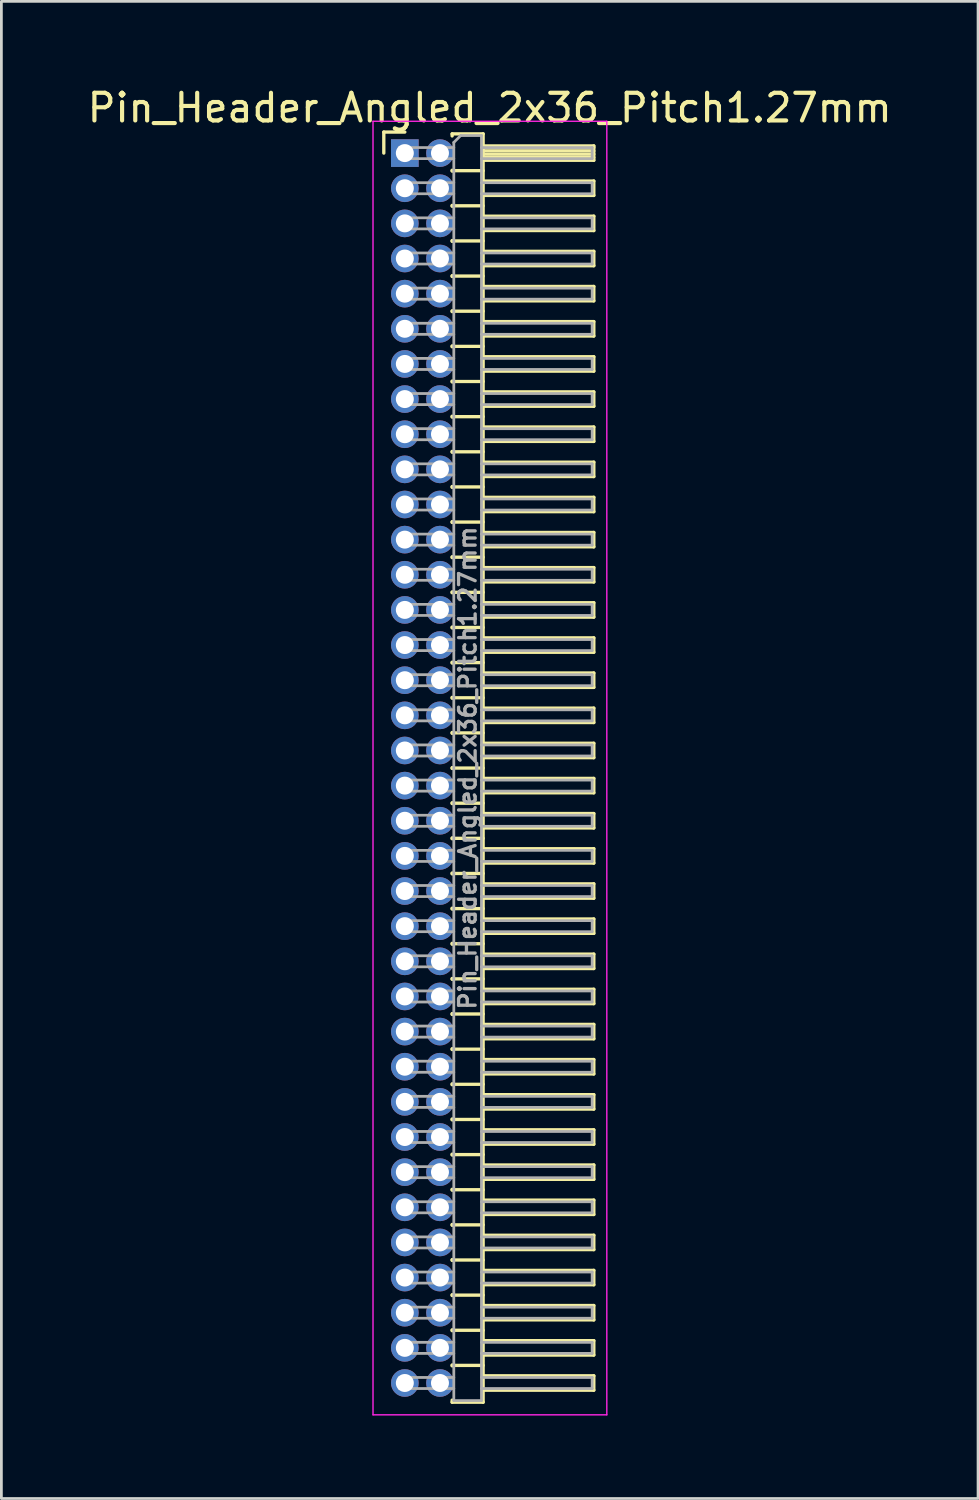
<source format=kicad_pcb>
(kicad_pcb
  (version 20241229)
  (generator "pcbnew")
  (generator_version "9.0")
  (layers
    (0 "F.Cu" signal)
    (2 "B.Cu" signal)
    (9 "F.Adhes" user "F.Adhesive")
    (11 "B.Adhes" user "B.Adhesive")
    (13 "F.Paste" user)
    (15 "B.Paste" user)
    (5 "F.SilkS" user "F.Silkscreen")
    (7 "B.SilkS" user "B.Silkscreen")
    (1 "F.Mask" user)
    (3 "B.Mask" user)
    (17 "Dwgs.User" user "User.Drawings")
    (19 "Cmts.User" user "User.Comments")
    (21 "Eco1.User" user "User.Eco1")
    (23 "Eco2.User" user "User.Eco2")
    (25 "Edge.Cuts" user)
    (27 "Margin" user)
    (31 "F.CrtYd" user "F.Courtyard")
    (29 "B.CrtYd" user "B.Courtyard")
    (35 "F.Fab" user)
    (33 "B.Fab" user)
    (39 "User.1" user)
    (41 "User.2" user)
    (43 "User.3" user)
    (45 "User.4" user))
  (footprint "Pin_Header_Angled_2x36_Pitch1.27mm"
    (layer "F.Cu")
    (at 11.581 2.483)
    (property "Reference" "Pin_Header_Angled_2x36_Pitch1.27mm" (at 3.067 -1.635 0) (layer "F.SilkS") (effects (font (size 1 1) (thickness 0.15))))
    (attr through_hole)
    (fp_line (start -0.76 -0.76) (end 0 -0.76) (stroke (width 0.12) (type solid)) (layer "F.SilkS"))
    (fp_line (start -0.76 0) (end -0.76 -0.76) (stroke (width 0.12) (type solid)) (layer "F.SilkS"))
    (fp_line (start 1.71 -0.695) (end 2.83 -0.695) (stroke (width 0.12) (type solid)) (layer "F.SilkS"))
    (fp_line (start 1.71 -0.62) (end 1.71 -0.695) (stroke (width 0.12) (type solid)) (layer "F.SilkS"))
    (fp_line (start 1.71 0.62) (end 1.71 0.65) (stroke (width 0.12) (type solid)) (layer "F.SilkS"))
    (fp_line (start 1.71 0.635) (end 2.83 0.635) (stroke (width 0.12) (type solid)) (layer "F.SilkS"))
    (fp_line (start 1.71 1.89) (end 1.71 1.92) (stroke (width 0.12) (type solid)) (layer "F.SilkS"))
    (fp_line (start 1.71 1.905) (end 2.83 1.905) (stroke (width 0.12) (type solid)) (layer "F.SilkS"))
    (fp_line (start 1.71 3.16) (end 1.71 3.19) (stroke (width 0.12) (type solid)) (layer "F.SilkS"))
    (fp_line (start 1.71 3.175) (end 2.83 3.175) (stroke (width 0.12) (type solid)) (layer "F.SilkS"))
    (fp_line (start 1.71 4.43) (end 1.71 4.46) (stroke (width 0.12) (type solid)) (layer "F.SilkS"))
    (fp_line (start 1.71 4.445) (end 2.83 4.445) (stroke (width 0.12) (type solid)) (layer "F.SilkS"))
    (fp_line (start 1.71 5.7) (end 1.71 5.73) (stroke (width 0.12) (type solid)) (layer "F.SilkS"))
    (fp_line (start 1.71 5.715) (end 2.83 5.715) (stroke (width 0.12) (type solid)) (layer "F.SilkS"))
    (fp_line (start 1.71 6.97) (end 1.71 7) (stroke (width 0.12) (type solid)) (layer "F.SilkS"))
    (fp_line (start 1.71 6.985) (end 2.83 6.985) (stroke (width 0.12) (type solid)) (layer "F.SilkS"))
    (fp_line (start 1.71 8.24) (end 1.71 8.27) (stroke (width 0.12) (type solid)) (layer "F.SilkS"))
    (fp_line (start 1.71 8.255) (end 2.83 8.255) (stroke (width 0.12) (type solid)) (layer "F.SilkS"))
    (fp_line (start 1.71 9.51) (end 1.71 9.54) (stroke (width 0.12) (type solid)) (layer "F.SilkS"))
    (fp_line (start 1.71 9.525) (end 2.83 9.525) (stroke (width 0.12) (type solid)) (layer "F.SilkS"))
    (fp_line (start 1.71 10.78) (end 1.71 10.81) (stroke (width 0.12) (type solid)) (layer "F.SilkS"))
    (fp_line (start 1.71 10.795) (end 2.83 10.795) (stroke (width 0.12) (type solid)) (layer "F.SilkS"))
    (fp_line (start 1.71 12.05) (end 1.71 12.08) (stroke (width 0.12) (type solid)) (layer "F.SilkS"))
    (fp_line (start 1.71 12.065) (end 2.83 12.065) (stroke (width 0.12) (type solid)) (layer "F.SilkS"))
    (fp_line (start 1.71 13.32) (end 1.71 13.35) (stroke (width 0.12) (type solid)) (layer "F.SilkS"))
    (fp_line (start 1.71 13.335) (end 2.83 13.335) (stroke (width 0.12) (type solid)) (layer "F.SilkS"))
    (fp_line (start 1.71 14.59) (end 1.71 14.62) (stroke (width 0.12) (type solid)) (layer "F.SilkS"))
    (fp_line (start 1.71 14.605) (end 2.83 14.605) (stroke (width 0.12) (type solid)) (layer "F.SilkS"))
    (fp_line (start 1.71 15.86) (end 1.71 15.89) (stroke (width 0.12) (type solid)) (layer "F.SilkS"))
    (fp_line (start 1.71 15.875) (end 2.83 15.875) (stroke (width 0.12) (type solid)) (layer "F.SilkS"))
    (fp_line (start 1.71 17.13) (end 1.71 17.16) (stroke (width 0.12) (type solid)) (layer "F.SilkS"))
    (fp_line (start 1.71 17.145) (end 2.83 17.145) (stroke (width 0.12) (type solid)) (layer "F.SilkS"))
    (fp_line (start 1.71 18.4) (end 1.71 18.43) (stroke (width 0.12) (type solid)) (layer "F.SilkS"))
    (fp_line (start 1.71 18.415) (end 2.83 18.415) (stroke (width 0.12) (type solid)) (layer "F.SilkS"))
    (fp_line (start 1.71 19.67) (end 1.71 19.7) (stroke (width 0.12) (type solid)) (layer "F.SilkS"))
    (fp_line (start 1.71 19.685) (end 2.83 19.685) (stroke (width 0.12) (type solid)) (layer "F.SilkS"))
    (fp_line (start 1.71 20.94) (end 1.71 20.97) (stroke (width 0.12) (type solid)) (layer "F.SilkS"))
    (fp_line (start 1.71 20.955) (end 2.83 20.955) (stroke (width 0.12) (type solid)) (layer "F.SilkS"))
    (fp_line (start 1.71 22.21) (end 1.71 22.24) (stroke (width 0.12) (type solid)) (layer "F.SilkS"))
    (fp_line (start 1.71 22.225) (end 2.83 22.225) (stroke (width 0.12) (type solid)) (layer "F.SilkS"))
    (fp_line (start 1.71 23.48) (end 1.71 23.51) (stroke (width 0.12) (type solid)) (layer "F.SilkS"))
    (fp_line (start 1.71 23.495) (end 2.83 23.495) (stroke (width 0.12) (type solid)) (layer "F.SilkS"))
    (fp_line (start 1.71 24.75) (end 1.71 24.78) (stroke (width 0.12) (type solid)) (layer "F.SilkS"))
    (fp_line (start 1.71 24.765) (end 2.83 24.765) (stroke (width 0.12) (type solid)) (layer "F.SilkS"))
    (fp_line (start 1.71 26.02) (end 1.71 26.05) (stroke (width 0.12) (type solid)) (layer "F.SilkS"))
    (fp_line (start 1.71 26.035) (end 2.83 26.035) (stroke (width 0.12) (type solid)) (layer "F.SilkS"))
    (fp_line (start 1.71 27.29) (end 1.71 27.32) (stroke (width 0.12) (type solid)) (layer "F.SilkS"))
    (fp_line (start 1.71 27.305) (end 2.83 27.305) (stroke (width 0.12) (type solid)) (layer "F.SilkS"))
    (fp_line (start 1.71 28.56) (end 1.71 28.59) (stroke (width 0.12) (type solid)) (layer "F.SilkS"))
    (fp_line (start 1.71 28.575) (end 2.83 28.575) (stroke (width 0.12) (type solid)) (layer "F.SilkS"))
    (fp_line (start 1.71 29.83) (end 1.71 29.86) (stroke (width 0.12) (type solid)) (layer "F.SilkS"))
    (fp_line (start 1.71 29.845) (end 2.83 29.845) (stroke (width 0.12) (type solid)) (layer "F.SilkS"))
    (fp_line (start 1.71 31.1) (end 1.71 31.13) (stroke (width 0.12) (type solid)) (layer "F.SilkS"))
    (fp_line (start 1.71 31.115) (end 2.83 31.115) (stroke (width 0.12) (type solid)) (layer "F.SilkS"))
    (fp_line (start 1.71 32.37) (end 1.71 32.4) (stroke (width 0.12) (type solid)) (layer "F.SilkS"))
    (fp_line (start 1.71 32.385) (end 2.83 32.385) (stroke (width 0.12) (type solid)) (layer "F.SilkS"))
    (fp_line (start 1.71 33.64) (end 1.71 33.67) (stroke (width 0.12) (type solid)) (layer "F.SilkS"))
    (fp_line (start 1.71 33.655) (end 2.83 33.655) (stroke (width 0.12) (type solid)) (layer "F.SilkS"))
    (fp_line (start 1.71 34.91) (end 1.71 34.94) (stroke (width 0.12) (type solid)) (layer "F.SilkS"))
    (fp_line (start 1.71 34.925) (end 2.83 34.925) (stroke (width 0.12) (type solid)) (layer "F.SilkS"))
    (fp_line (start 1.71 36.18) (end 1.71 36.21) (stroke (width 0.12) (type solid)) (layer "F.SilkS"))
    (fp_line (start 1.71 36.195) (end 2.83 36.195) (stroke (width 0.12) (type solid)) (layer "F.SilkS"))
    (fp_line (start 1.71 37.45) (end 1.71 37.48) (stroke (width 0.12) (type solid)) (layer "F.SilkS"))
    (fp_line (start 1.71 37.465) (end 2.83 37.465) (stroke (width 0.12) (type solid)) (layer "F.SilkS"))
    (fp_line (start 1.71 38.72) (end 1.71 38.75) (stroke (width 0.12) (type solid)) (layer "F.SilkS"))
    (fp_line (start 1.71 38.735) (end 2.83 38.735) (stroke (width 0.12) (type solid)) (layer "F.SilkS"))
    (fp_line (start 1.71 39.99) (end 1.71 40.02) (stroke (width 0.12) (type solid)) (layer "F.SilkS"))
    (fp_line (start 1.71 40.005) (end 2.83 40.005) (stroke (width 0.12) (type solid)) (layer "F.SilkS"))
    (fp_line (start 1.71 41.26) (end 1.71 41.29) (stroke (width 0.12) (type solid)) (layer "F.SilkS"))
    (fp_line (start 1.71 41.275) (end 2.83 41.275) (stroke (width 0.12) (type solid)) (layer "F.SilkS"))
    (fp_line (start 1.71 42.53) (end 1.71 42.56) (stroke (width 0.12) (type solid)) (layer "F.SilkS"))
    (fp_line (start 1.71 42.545) (end 2.83 42.545) (stroke (width 0.12) (type solid)) (layer "F.SilkS"))
    (fp_line (start 1.71 43.8) (end 1.71 43.83) (stroke (width 0.12) (type solid)) (layer "F.SilkS"))
    (fp_line (start 1.71 43.815) (end 2.83 43.815) (stroke (width 0.12) (type solid)) (layer "F.SilkS"))
    (fp_line (start 1.71 45.145) (end 1.71 45.07) (stroke (width 0.12) (type solid)) (layer "F.SilkS"))
    (fp_line (start 2.83 -0.695) (end 2.83 45.145) (stroke (width 0.12) (type solid)) (layer "F.SilkS"))
    (fp_line (start 2.83 -0.26) (end 6.83 -0.26) (stroke (width 0.12) (type solid)) (layer "F.SilkS"))
    (fp_line (start 2.83 -0.2) (end 6.83 -0.2) (stroke (width 0.12) (type solid)) (layer "F.SilkS"))
    (fp_line (start 2.83 -0.08) (end 6.83 -0.08) (stroke (width 0.12) (type solid)) (layer "F.SilkS"))
    (fp_line (start 2.83 0.04) (end 6.83 0.04) (stroke (width 0.12) (type solid)) (layer "F.SilkS"))
    (fp_line (start 2.83 0.16) (end 6.83 0.16) (stroke (width 0.12) (type solid)) (layer "F.SilkS"))
    (fp_line (start 2.83 1.01) (end 6.83 1.01) (stroke (width 0.12) (type solid)) (layer "F.SilkS"))
    (fp_line (start 2.83 2.28) (end 6.83 2.28) (stroke (width 0.12) (type solid)) (layer "F.SilkS"))
    (fp_line (start 2.83 3.55) (end 6.83 3.55) (stroke (width 0.12) (type solid)) (layer "F.SilkS"))
    (fp_line (start 2.83 4.82) (end 6.83 4.82) (stroke (width 0.12) (type solid)) (layer "F.SilkS"))
    (fp_line (start 2.83 6.09) (end 6.83 6.09) (stroke (width 0.12) (type solid)) (layer "F.SilkS"))
    (fp_line (start 2.83 7.36) (end 6.83 7.36) (stroke (width 0.12) (type solid)) (layer "F.SilkS"))
    (fp_line (start 2.83 8.63) (end 6.83 8.63) (stroke (width 0.12) (type solid)) (layer "F.SilkS"))
    (fp_line (start 2.83 9.9) (end 6.83 9.9) (stroke (width 0.12) (type solid)) (layer "F.SilkS"))
    (fp_line (start 2.83 11.17) (end 6.83 11.17) (stroke (width 0.12) (type solid)) (layer "F.SilkS"))
    (fp_line (start 2.83 12.44) (end 6.83 12.44) (stroke (width 0.12) (type solid)) (layer "F.SilkS"))
    (fp_line (start 2.83 13.71) (end 6.83 13.71) (stroke (width 0.12) (type solid)) (layer "F.SilkS"))
    (fp_line (start 2.83 14.98) (end 6.83 14.98) (stroke (width 0.12) (type solid)) (layer "F.SilkS"))
    (fp_line (start 2.83 16.25) (end 6.83 16.25) (stroke (width 0.12) (type solid)) (layer "F.SilkS"))
    (fp_line (start 2.83 17.52) (end 6.83 17.52) (stroke (width 0.12) (type solid)) (layer "F.SilkS"))
    (fp_line (start 2.83 18.79) (end 6.83 18.79) (stroke (width 0.12) (type solid)) (layer "F.SilkS"))
    (fp_line (start 2.83 20.06) (end 6.83 20.06) (stroke (width 0.12) (type solid)) (layer "F.SilkS"))
    (fp_line (start 2.83 21.33) (end 6.83 21.33) (stroke (width 0.12) (type solid)) (layer "F.SilkS"))
    (fp_line (start 2.83 22.6) (end 6.83 22.6) (stroke (width 0.12) (type solid)) (layer "F.SilkS"))
    (fp_line (start 2.83 23.87) (end 6.83 23.87) (stroke (width 0.12) (type solid)) (layer "F.SilkS"))
    (fp_line (start 2.83 25.14) (end 6.83 25.14) (stroke (width 0.12) (type solid)) (layer "F.SilkS"))
    (fp_line (start 2.83 26.41) (end 6.83 26.41) (stroke (width 0.12) (type solid)) (layer "F.SilkS"))
    (fp_line (start 2.83 27.68) (end 6.83 27.68) (stroke (width 0.12) (type solid)) (layer "F.SilkS"))
    (fp_line (start 2.83 28.95) (end 6.83 28.95) (stroke (width 0.12) (type solid)) (layer "F.SilkS"))
    (fp_line (start 2.83 30.22) (end 6.83 30.22) (stroke (width 0.12) (type solid)) (layer "F.SilkS"))
    (fp_line (start 2.83 31.49) (end 6.83 31.49) (stroke (width 0.12) (type solid)) (layer "F.SilkS"))
    (fp_line (start 2.83 32.76) (end 6.83 32.76) (stroke (width 0.12) (type solid)) (layer "F.SilkS"))
    (fp_line (start 2.83 34.03) (end 6.83 34.03) (stroke (width 0.12) (type solid)) (layer "F.SilkS"))
    (fp_line (start 2.83 35.3) (end 6.83 35.3) (stroke (width 0.12) (type solid)) (layer "F.SilkS"))
    (fp_line (start 2.83 36.57) (end 6.83 36.57) (stroke (width 0.12) (type solid)) (layer "F.SilkS"))
    (fp_line (start 2.83 37.84) (end 6.83 37.84) (stroke (width 0.12) (type solid)) (layer "F.SilkS"))
    (fp_line (start 2.83 39.11) (end 6.83 39.11) (stroke (width 0.12) (type solid)) (layer "F.SilkS"))
    (fp_line (start 2.83 40.38) (end 6.83 40.38) (stroke (width 0.12) (type solid)) (layer "F.SilkS"))
    (fp_line (start 2.83 41.65) (end 6.83 41.65) (stroke (width 0.12) (type solid)) (layer "F.SilkS"))
    (fp_line (start 2.83 42.92) (end 6.83 42.92) (stroke (width 0.12) (type solid)) (layer "F.SilkS"))
    (fp_line (start 2.83 44.19) (end 6.83 44.19) (stroke (width 0.12) (type solid)) (layer "F.SilkS"))
    (fp_line (start 2.83 45.145) (end 1.71 45.145) (stroke (width 0.12) (type solid)) (layer "F.SilkS"))
    (fp_line (start 6.83 -0.26) (end 6.83 0.26) (stroke (width 0.12) (type solid)) (layer "F.SilkS"))
    (fp_line (start 6.83 0.26) (end 2.83 0.26) (stroke (width 0.12) (type solid)) (layer "F.SilkS"))
    (fp_line (start 6.83 1.01) (end 6.83 1.53) (stroke (width 0.12) (type solid)) (layer "F.SilkS"))
    (fp_line (start 6.83 1.53) (end 2.83 1.53) (stroke (width 0.12) (type solid)) (layer "F.SilkS"))
    (fp_line (start 6.83 2.28) (end 6.83 2.8) (stroke (width 0.12) (type solid)) (layer "F.SilkS"))
    (fp_line (start 6.83 2.8) (end 2.83 2.8) (stroke (width 0.12) (type solid)) (layer "F.SilkS"))
    (fp_line (start 6.83 3.55) (end 6.83 4.07) (stroke (width 0.12) (type solid)) (layer "F.SilkS"))
    (fp_line (start 6.83 4.07) (end 2.83 4.07) (stroke (width 0.12) (type solid)) (layer "F.SilkS"))
    (fp_line (start 6.83 4.82) (end 6.83 5.34) (stroke (width 0.12) (type solid)) (layer "F.SilkS"))
    (fp_line (start 6.83 5.34) (end 2.83 5.34) (stroke (width 0.12) (type solid)) (layer "F.SilkS"))
    (fp_line (start 6.83 6.09) (end 6.83 6.61) (stroke (width 0.12) (type solid)) (layer "F.SilkS"))
    (fp_line (start 6.83 6.61) (end 2.83 6.61) (stroke (width 0.12) (type solid)) (layer "F.SilkS"))
    (fp_line (start 6.83 7.36) (end 6.83 7.88) (stroke (width 0.12) (type solid)) (layer "F.SilkS"))
    (fp_line (start 6.83 7.88) (end 2.83 7.88) (stroke (width 0.12) (type solid)) (layer "F.SilkS"))
    (fp_line (start 6.83 8.63) (end 6.83 9.15) (stroke (width 0.12) (type solid)) (layer "F.SilkS"))
    (fp_line (start 6.83 9.15) (end 2.83 9.15) (stroke (width 0.12) (type solid)) (layer "F.SilkS"))
    (fp_line (start 6.83 9.9) (end 6.83 10.42) (stroke (width 0.12) (type solid)) (layer "F.SilkS"))
    (fp_line (start 6.83 10.42) (end 2.83 10.42) (stroke (width 0.12) (type solid)) (layer "F.SilkS"))
    (fp_line (start 6.83 11.17) (end 6.83 11.69) (stroke (width 0.12) (type solid)) (layer "F.SilkS"))
    (fp_line (start 6.83 11.69) (end 2.83 11.69) (stroke (width 0.12) (type solid)) (layer "F.SilkS"))
    (fp_line (start 6.83 12.44) (end 6.83 12.96) (stroke (width 0.12) (type solid)) (layer "F.SilkS"))
    (fp_line (start 6.83 12.96) (end 2.83 12.96) (stroke (width 0.12) (type solid)) (layer "F.SilkS"))
    (fp_line (start 6.83 13.71) (end 6.83 14.23) (stroke (width 0.12) (type solid)) (layer "F.SilkS"))
    (fp_line (start 6.83 14.23) (end 2.83 14.23) (stroke (width 0.12) (type solid)) (layer "F.SilkS"))
    (fp_line (start 6.83 14.98) (end 6.83 15.5) (stroke (width 0.12) (type solid)) (layer "F.SilkS"))
    (fp_line (start 6.83 15.5) (end 2.83 15.5) (stroke (width 0.12) (type solid)) (layer "F.SilkS"))
    (fp_line (start 6.83 16.25) (end 6.83 16.77) (stroke (width 0.12) (type solid)) (layer "F.SilkS"))
    (fp_line (start 6.83 16.77) (end 2.83 16.77) (stroke (width 0.12) (type solid)) (layer "F.SilkS"))
    (fp_line (start 6.83 17.52) (end 6.83 18.04) (stroke (width 0.12) (type solid)) (layer "F.SilkS"))
    (fp_line (start 6.83 18.04) (end 2.83 18.04) (stroke (width 0.12) (type solid)) (layer "F.SilkS"))
    (fp_line (start 6.83 18.79) (end 6.83 19.31) (stroke (width 0.12) (type solid)) (layer "F.SilkS"))
    (fp_line (start 6.83 19.31) (end 2.83 19.31) (stroke (width 0.12) (type solid)) (layer "F.SilkS"))
    (fp_line (start 6.83 20.06) (end 6.83 20.58) (stroke (width 0.12) (type solid)) (layer "F.SilkS"))
    (fp_line (start 6.83 20.58) (end 2.83 20.58) (stroke (width 0.12) (type solid)) (layer "F.SilkS"))
    (fp_line (start 6.83 21.33) (end 6.83 21.85) (stroke (width 0.12) (type solid)) (layer "F.SilkS"))
    (fp_line (start 6.83 21.85) (end 2.83 21.85) (stroke (width 0.12) (type solid)) (layer "F.SilkS"))
    (fp_line (start 6.83 22.6) (end 6.83 23.12) (stroke (width 0.12) (type solid)) (layer "F.SilkS"))
    (fp_line (start 6.83 23.12) (end 2.83 23.12) (stroke (width 0.12) (type solid)) (layer "F.SilkS"))
    (fp_line (start 6.83 23.87) (end 6.83 24.39) (stroke (width 0.12) (type solid)) (layer "F.SilkS"))
    (fp_line (start 6.83 24.39) (end 2.83 24.39) (stroke (width 0.12) (type solid)) (layer "F.SilkS"))
    (fp_line (start 6.83 25.14) (end 6.83 25.66) (stroke (width 0.12) (type solid)) (layer "F.SilkS"))
    (fp_line (start 6.83 25.66) (end 2.83 25.66) (stroke (width 0.12) (type solid)) (layer "F.SilkS"))
    (fp_line (start 6.83 26.41) (end 6.83 26.93) (stroke (width 0.12) (type solid)) (layer "F.SilkS"))
    (fp_line (start 6.83 26.93) (end 2.83 26.93) (stroke (width 0.12) (type solid)) (layer "F.SilkS"))
    (fp_line (start 6.83 27.68) (end 6.83 28.2) (stroke (width 0.12) (type solid)) (layer "F.SilkS"))
    (fp_line (start 6.83 28.2) (end 2.83 28.2) (stroke (width 0.12) (type solid)) (layer "F.SilkS"))
    (fp_line (start 6.83 28.95) (end 6.83 29.47) (stroke (width 0.12) (type solid)) (layer "F.SilkS"))
    (fp_line (start 6.83 29.47) (end 2.83 29.47) (stroke (width 0.12) (type solid)) (layer "F.SilkS"))
    (fp_line (start 6.83 30.22) (end 6.83 30.74) (stroke (width 0.12) (type solid)) (layer "F.SilkS"))
    (fp_line (start 6.83 30.74) (end 2.83 30.74) (stroke (width 0.12) (type solid)) (layer "F.SilkS"))
    (fp_line (start 6.83 31.49) (end 6.83 32.01) (stroke (width 0.12) (type solid)) (layer "F.SilkS"))
    (fp_line (start 6.83 32.01) (end 2.83 32.01) (stroke (width 0.12) (type solid)) (layer "F.SilkS"))
    (fp_line (start 6.83 32.76) (end 6.83 33.28) (stroke (width 0.12) (type solid)) (layer "F.SilkS"))
    (fp_line (start 6.83 33.28) (end 2.83 33.28) (stroke (width 0.12) (type solid)) (layer "F.SilkS"))
    (fp_line (start 6.83 34.03) (end 6.83 34.55) (stroke (width 0.12) (type solid)) (layer "F.SilkS"))
    (fp_line (start 6.83 34.55) (end 2.83 34.55) (stroke (width 0.12) (type solid)) (layer "F.SilkS"))
    (fp_line (start 6.83 35.3) (end 6.83 35.82) (stroke (width 0.12) (type solid)) (layer "F.SilkS"))
    (fp_line (start 6.83 35.82) (end 2.83 35.82) (stroke (width 0.12) (type solid)) (layer "F.SilkS"))
    (fp_line (start 6.83 36.57) (end 6.83 37.09) (stroke (width 0.12) (type solid)) (layer "F.SilkS"))
    (fp_line (start 6.83 37.09) (end 2.83 37.09) (stroke (width 0.12) (type solid)) (layer "F.SilkS"))
    (fp_line (start 6.83 37.84) (end 6.83 38.36) (stroke (width 0.12) (type solid)) (layer "F.SilkS"))
    (fp_line (start 6.83 38.36) (end 2.83 38.36) (stroke (width 0.12) (type solid)) (layer "F.SilkS"))
    (fp_line (start 6.83 39.11) (end 6.83 39.63) (stroke (width 0.12) (type solid)) (layer "F.SilkS"))
    (fp_line (start 6.83 39.63) (end 2.83 39.63) (stroke (width 0.12) (type solid)) (layer "F.SilkS"))
    (fp_line (start 6.83 40.38) (end 6.83 40.9) (stroke (width 0.12) (type solid)) (layer "F.SilkS"))
    (fp_line (start 6.83 40.9) (end 2.83 40.9) (stroke (width 0.12) (type solid)) (layer "F.SilkS"))
    (fp_line (start 6.83 41.65) (end 6.83 42.17) (stroke (width 0.12) (type solid)) (layer "F.SilkS"))
    (fp_line (start 6.83 42.17) (end 2.83 42.17) (stroke (width 0.12) (type solid)) (layer "F.SilkS"))
    (fp_line (start 6.83 42.92) (end 6.83 43.44) (stroke (width 0.12) (type solid)) (layer "F.SilkS"))
    (fp_line (start 6.83 43.44) (end 2.83 43.44) (stroke (width 0.12) (type solid)) (layer "F.SilkS"))
    (fp_line (start 6.83 44.19) (end 6.83 44.71) (stroke (width 0.12) (type solid)) (layer "F.SilkS"))
    (fp_line (start 6.83 44.71) (end 2.83 44.71) (stroke (width 0.12) (type solid)) (layer "F.SilkS"))
    (fp_line (start -1.15 -1.15) (end -1.15 45.6) (stroke (width 0.05) (type solid)) (layer "F.CrtYd"))
    (fp_line (start -1.15 45.6) (end 7.3 45.6) (stroke (width 0.05) (type solid)) (layer "F.CrtYd"))
    (fp_line (start 7.3 -1.15) (end -1.15 -1.15) (stroke (width 0.05) (type solid)) (layer "F.CrtYd"))
    (fp_line (start 7.3 45.6) (end 7.3 -1.15) (stroke (width 0.05) (type solid)) (layer "F.CrtYd"))
    (fp_line (start -0.2 -0.2) (end -0.2 0.2) (stroke (width 0.1) (type solid)) (layer "F.Fab"))
    (fp_line (start -0.2 -0.2) (end 1.77 -0.2) (stroke (width 0.1) (type solid)) (layer "F.Fab"))
    (fp_line (start -0.2 0.2) (end 1.77 0.2) (stroke (width 0.1) (type solid)) (layer "F.Fab"))
    (fp_line (start -0.2 1.07) (end -0.2 1.47) (stroke (width 0.1) (type solid)) (layer "F.Fab"))
    (fp_line (start -0.2 1.07) (end 1.77 1.07) (stroke (width 0.1) (type solid)) (layer "F.Fab"))
    (fp_line (start -0.2 1.47) (end 1.77 1.47) (stroke (width 0.1) (type solid)) (layer "F.Fab"))
    (fp_line (start -0.2 2.34) (end -0.2 2.74) (stroke (width 0.1) (type solid)) (layer "F.Fab"))
    (fp_line (start -0.2 2.34) (end 1.77 2.34) (stroke (width 0.1) (type solid)) (layer "F.Fab"))
    (fp_line (start -0.2 2.74) (end 1.77 2.74) (stroke (width 0.1) (type solid)) (layer "F.Fab"))
    (fp_line (start -0.2 3.61) (end -0.2 4.01) (stroke (width 0.1) (type solid)) (layer "F.Fab"))
    (fp_line (start -0.2 3.61) (end 1.77 3.61) (stroke (width 0.1) (type solid)) (layer "F.Fab"))
    (fp_line (start -0.2 4.01) (end 1.77 4.01) (stroke (width 0.1) (type solid)) (layer "F.Fab"))
    (fp_line (start -0.2 4.88) (end -0.2 5.28) (stroke (width 0.1) (type solid)) (layer "F.Fab"))
    (fp_line (start -0.2 4.88) (end 1.77 4.88) (stroke (width 0.1) (type solid)) (layer "F.Fab"))
    (fp_line (start -0.2 5.28) (end 1.77 5.28) (stroke (width 0.1) (type solid)) (layer "F.Fab"))
    (fp_line (start -0.2 6.15) (end -0.2 6.55) (stroke (width 0.1) (type solid)) (layer "F.Fab"))
    (fp_line (start -0.2 6.15) (end 1.77 6.15) (stroke (width 0.1) (type solid)) (layer "F.Fab"))
    (fp_line (start -0.2 6.55) (end 1.77 6.55) (stroke (width 0.1) (type solid)) (layer "F.Fab"))
    (fp_line (start -0.2 7.42) (end -0.2 7.82) (stroke (width 0.1) (type solid)) (layer "F.Fab"))
    (fp_line (start -0.2 7.42) (end 1.77 7.42) (stroke (width 0.1) (type solid)) (layer "F.Fab"))
    (fp_line (start -0.2 7.82) (end 1.77 7.82) (stroke (width 0.1) (type solid)) (layer "F.Fab"))
    (fp_line (start -0.2 8.69) (end -0.2 9.09) (stroke (width 0.1) (type solid)) (layer "F.Fab"))
    (fp_line (start -0.2 8.69) (end 1.77 8.69) (stroke (width 0.1) (type solid)) (layer "F.Fab"))
    (fp_line (start -0.2 9.09) (end 1.77 9.09) (stroke (width 0.1) (type solid)) (layer "F.Fab"))
    (fp_line (start -0.2 9.96) (end -0.2 10.36) (stroke (width 0.1) (type solid)) (layer "F.Fab"))
    (fp_line (start -0.2 9.96) (end 1.77 9.96) (stroke (width 0.1) (type solid)) (layer "F.Fab"))
    (fp_line (start -0.2 10.36) (end 1.77 10.36) (stroke (width 0.1) (type solid)) (layer "F.Fab"))
    (fp_line (start -0.2 11.23) (end -0.2 11.63) (stroke (width 0.1) (type solid)) (layer "F.Fab"))
    (fp_line (start -0.2 11.23) (end 1.77 11.23) (stroke (width 0.1) (type solid)) (layer "F.Fab"))
    (fp_line (start -0.2 11.63) (end 1.77 11.63) (stroke (width 0.1) (type solid)) (layer "F.Fab"))
    (fp_line (start -0.2 12.5) (end -0.2 12.9) (stroke (width 0.1) (type solid)) (layer "F.Fab"))
    (fp_line (start -0.2 12.5) (end 1.77 12.5) (stroke (width 0.1) (type solid)) (layer "F.Fab"))
    (fp_line (start -0.2 12.9) (end 1.77 12.9) (stroke (width 0.1) (type solid)) (layer "F.Fab"))
    (fp_line (start -0.2 13.77) (end -0.2 14.17) (stroke (width 0.1) (type solid)) (layer "F.Fab"))
    (fp_line (start -0.2 13.77) (end 1.77 13.77) (stroke (width 0.1) (type solid)) (layer "F.Fab"))
    (fp_line (start -0.2 14.17) (end 1.77 14.17) (stroke (width 0.1) (type solid)) (layer "F.Fab"))
    (fp_line (start -0.2 15.04) (end -0.2 15.44) (stroke (width 0.1) (type solid)) (layer "F.Fab"))
    (fp_line (start -0.2 15.04) (end 1.77 15.04) (stroke (width 0.1) (type solid)) (layer "F.Fab"))
    (fp_line (start -0.2 15.44) (end 1.77 15.44) (stroke (width 0.1) (type solid)) (layer "F.Fab"))
    (fp_line (start -0.2 16.31) (end -0.2 16.71) (stroke (width 0.1) (type solid)) (layer "F.Fab"))
    (fp_line (start -0.2 16.31) (end 1.77 16.31) (stroke (width 0.1) (type solid)) (layer "F.Fab"))
    (fp_line (start -0.2 16.71) (end 1.77 16.71) (stroke (width 0.1) (type solid)) (layer "F.Fab"))
    (fp_line (start -0.2 17.58) (end -0.2 17.98) (stroke (width 0.1) (type solid)) (layer "F.Fab"))
    (fp_line (start -0.2 17.58) (end 1.77 17.58) (stroke (width 0.1) (type solid)) (layer "F.Fab"))
    (fp_line (start -0.2 17.98) (end 1.77 17.98) (stroke (width 0.1) (type solid)) (layer "F.Fab"))
    (fp_line (start -0.2 18.85) (end -0.2 19.25) (stroke (width 0.1) (type solid)) (layer "F.Fab"))
    (fp_line (start -0.2 18.85) (end 1.77 18.85) (stroke (width 0.1) (type solid)) (layer "F.Fab"))
    (fp_line (start -0.2 19.25) (end 1.77 19.25) (stroke (width 0.1) (type solid)) (layer "F.Fab"))
    (fp_line (start -0.2 20.12) (end -0.2 20.52) (stroke (width 0.1) (type solid)) (layer "F.Fab"))
    (fp_line (start -0.2 20.12) (end 1.77 20.12) (stroke (width 0.1) (type solid)) (layer "F.Fab"))
    (fp_line (start -0.2 20.52) (end 1.77 20.52) (stroke (width 0.1) (type solid)) (layer "F.Fab"))
    (fp_line (start -0.2 21.39) (end -0.2 21.79) (stroke (width 0.1) (type solid)) (layer "F.Fab"))
    (fp_line (start -0.2 21.39) (end 1.77 21.39) (stroke (width 0.1) (type solid)) (layer "F.Fab"))
    (fp_line (start -0.2 21.79) (end 1.77 21.79) (stroke (width 0.1) (type solid)) (layer "F.Fab"))
    (fp_line (start -0.2 22.66) (end -0.2 23.06) (stroke (width 0.1) (type solid)) (layer "F.Fab"))
    (fp_line (start -0.2 22.66) (end 1.77 22.66) (stroke (width 0.1) (type solid)) (layer "F.Fab"))
    (fp_line (start -0.2 23.06) (end 1.77 23.06) (stroke (width 0.1) (type solid)) (layer "F.Fab"))
    (fp_line (start -0.2 23.93) (end -0.2 24.33) (stroke (width 0.1) (type solid)) (layer "F.Fab"))
    (fp_line (start -0.2 23.93) (end 1.77 23.93) (stroke (width 0.1) (type solid)) (layer "F.Fab"))
    (fp_line (start -0.2 24.33) (end 1.77 24.33) (stroke (width 0.1) (type solid)) (layer "F.Fab"))
    (fp_line (start -0.2 25.2) (end -0.2 25.6) (stroke (width 0.1) (type solid)) (layer "F.Fab"))
    (fp_line (start -0.2 25.2) (end 1.77 25.2) (stroke (width 0.1) (type solid)) (layer "F.Fab"))
    (fp_line (start -0.2 25.6) (end 1.77 25.6) (stroke (width 0.1) (type solid)) (layer "F.Fab"))
    (fp_line (start -0.2 26.47) (end -0.2 26.87) (stroke (width 0.1) (type solid)) (layer "F.Fab"))
    (fp_line (start -0.2 26.47) (end 1.77 26.47) (stroke (width 0.1) (type solid)) (layer "F.Fab"))
    (fp_line (start -0.2 26.87) (end 1.77 26.87) (stroke (width 0.1) (type solid)) (layer "F.Fab"))
    (fp_line (start -0.2 27.74) (end -0.2 28.14) (stroke (width 0.1) (type solid)) (layer "F.Fab"))
    (fp_line (start -0.2 27.74) (end 1.77 27.74) (stroke (width 0.1) (type solid)) (layer "F.Fab"))
    (fp_line (start -0.2 28.14) (end 1.77 28.14) (stroke (width 0.1) (type solid)) (layer "F.Fab"))
    (fp_line (start -0.2 29.01) (end -0.2 29.41) (stroke (width 0.1) (type solid)) (layer "F.Fab"))
    (fp_line (start -0.2 29.01) (end 1.77 29.01) (stroke (width 0.1) (type solid)) (layer "F.Fab"))
    (fp_line (start -0.2 29.41) (end 1.77 29.41) (stroke (width 0.1) (type solid)) (layer "F.Fab"))
    (fp_line (start -0.2 30.28) (end -0.2 30.68) (stroke (width 0.1) (type solid)) (layer "F.Fab"))
    (fp_line (start -0.2 30.28) (end 1.77 30.28) (stroke (width 0.1) (type solid)) (layer "F.Fab"))
    (fp_line (start -0.2 30.68) (end 1.77 30.68) (stroke (width 0.1) (type solid)) (layer "F.Fab"))
    (fp_line (start -0.2 31.55) (end -0.2 31.95) (stroke (width 0.1) (type solid)) (layer "F.Fab"))
    (fp_line (start -0.2 31.55) (end 1.77 31.55) (stroke (width 0.1) (type solid)) (layer "F.Fab"))
    (fp_line (start -0.2 31.95) (end 1.77 31.95) (stroke (width 0.1) (type solid)) (layer "F.Fab"))
    (fp_line (start -0.2 32.82) (end -0.2 33.22) (stroke (width 0.1) (type solid)) (layer "F.Fab"))
    (fp_line (start -0.2 32.82) (end 1.77 32.82) (stroke (width 0.1) (type solid)) (layer "F.Fab"))
    (fp_line (start -0.2 33.22) (end 1.77 33.22) (stroke (width 0.1) (type solid)) (layer "F.Fab"))
    (fp_line (start -0.2 34.09) (end -0.2 34.49) (stroke (width 0.1) (type solid)) (layer "F.Fab"))
    (fp_line (start -0.2 34.09) (end 1.77 34.09) (stroke (width 0.1) (type solid)) (layer "F.Fab"))
    (fp_line (start -0.2 34.49) (end 1.77 34.49) (stroke (width 0.1) (type solid)) (layer "F.Fab"))
    (fp_line (start -0.2 35.36) (end -0.2 35.76) (stroke (width 0.1) (type solid)) (layer "F.Fab"))
    (fp_line (start -0.2 35.36) (end 1.77 35.36) (stroke (width 0.1) (type solid)) (layer "F.Fab"))
    (fp_line (start -0.2 35.76) (end 1.77 35.76) (stroke (width 0.1) (type solid)) (layer "F.Fab"))
    (fp_line (start -0.2 36.63) (end -0.2 37.03) (stroke (width 0.1) (type solid)) (layer "F.Fab"))
    (fp_line (start -0.2 36.63) (end 1.77 36.63) (stroke (width 0.1) (type solid)) (layer "F.Fab"))
    (fp_line (start -0.2 37.03) (end 1.77 37.03) (stroke (width 0.1) (type solid)) (layer "F.Fab"))
    (fp_line (start -0.2 37.9) (end -0.2 38.3) (stroke (width 0.1) (type solid)) (layer "F.Fab"))
    (fp_line (start -0.2 37.9) (end 1.77 37.9) (stroke (width 0.1) (type solid)) (layer "F.Fab"))
    (fp_line (start -0.2 38.3) (end 1.77 38.3) (stroke (width 0.1) (type solid)) (layer "F.Fab"))
    (fp_line (start -0.2 39.17) (end -0.2 39.57) (stroke (width 0.1) (type solid)) (layer "F.Fab"))
    (fp_line (start -0.2 39.17) (end 1.77 39.17) (stroke (width 0.1) (type solid)) (layer "F.Fab"))
    (fp_line (start -0.2 39.57) (end 1.77 39.57) (stroke (width 0.1) (type solid)) (layer "F.Fab"))
    (fp_line (start -0.2 40.44) (end -0.2 40.84) (stroke (width 0.1) (type solid)) (layer "F.Fab"))
    (fp_line (start -0.2 40.44) (end 1.77 40.44) (stroke (width 0.1) (type solid)) (layer "F.Fab"))
    (fp_line (start -0.2 40.84) (end 1.77 40.84) (stroke (width 0.1) (type solid)) (layer "F.Fab"))
    (fp_line (start -0.2 41.71) (end -0.2 42.11) (stroke (width 0.1) (type solid)) (layer "F.Fab"))
    (fp_line (start -0.2 41.71) (end 1.77 41.71) (stroke (width 0.1) (type solid)) (layer "F.Fab"))
    (fp_line (start -0.2 42.11) (end 1.77 42.11) (stroke (width 0.1) (type solid)) (layer "F.Fab"))
    (fp_line (start -0.2 42.98) (end -0.2 43.38) (stroke (width 0.1) (type solid)) (layer "F.Fab"))
    (fp_line (start -0.2 42.98) (end 1.77 42.98) (stroke (width 0.1) (type solid)) (layer "F.Fab"))
    (fp_line (start -0.2 43.38) (end 1.77 43.38) (stroke (width 0.1) (type solid)) (layer "F.Fab"))
    (fp_line (start -0.2 44.25) (end -0.2 44.65) (stroke (width 0.1) (type solid)) (layer "F.Fab"))
    (fp_line (start -0.2 44.25) (end 1.77 44.25) (stroke (width 0.1) (type solid)) (layer "F.Fab"))
    (fp_line (start -0.2 44.65) (end 1.77 44.65) (stroke (width 0.1) (type solid)) (layer "F.Fab"))
    (fp_line (start 1.77 -0.385) (end 2.02 -0.635) (stroke (width 0.1) (type solid)) (layer "F.Fab"))
    (fp_line (start 1.77 45.085) (end 1.77 -0.385) (stroke (width 0.1) (type solid)) (layer "F.Fab"))
    (fp_line (start 2.02 -0.635) (end 2.77 -0.635) (stroke (width 0.1) (type solid)) (layer "F.Fab"))
    (fp_line (start 2.77 -0.635) (end 2.77 45.085) (stroke (width 0.1) (type solid)) (layer "F.Fab"))
    (fp_line (start 2.77 -0.2) (end 6.77 -0.2) (stroke (width 0.1) (type solid)) (layer "F.Fab"))
    (fp_line (start 2.77 0.2) (end 6.77 0.2) (stroke (width 0.1) (type solid)) (layer "F.Fab"))
    (fp_line (start 2.77 1.07) (end 6.77 1.07) (stroke (width 0.1) (type solid)) (layer "F.Fab"))
    (fp_line (start 2.77 1.47) (end 6.77 1.47) (stroke (width 0.1) (type solid)) (layer "F.Fab"))
    (fp_line (start 2.77 2.34) (end 6.77 2.34) (stroke (width 0.1) (type solid)) (layer "F.Fab"))
    (fp_line (start 2.77 2.74) (end 6.77 2.74) (stroke (width 0.1) (type solid)) (layer "F.Fab"))
    (fp_line (start 2.77 3.61) (end 6.77 3.61) (stroke (width 0.1) (type solid)) (layer "F.Fab"))
    (fp_line (start 2.77 4.01) (end 6.77 4.01) (stroke (width 0.1) (type solid)) (layer "F.Fab"))
    (fp_line (start 2.77 4.88) (end 6.77 4.88) (stroke (width 0.1) (type solid)) (layer "F.Fab"))
    (fp_line (start 2.77 5.28) (end 6.77 5.28) (stroke (width 0.1) (type solid)) (layer "F.Fab"))
    (fp_line (start 2.77 6.15) (end 6.77 6.15) (stroke (width 0.1) (type solid)) (layer "F.Fab"))
    (fp_line (start 2.77 6.55) (end 6.77 6.55) (stroke (width 0.1) (type solid)) (layer "F.Fab"))
    (fp_line (start 2.77 7.42) (end 6.77 7.42) (stroke (width 0.1) (type solid)) (layer "F.Fab"))
    (fp_line (start 2.77 7.82) (end 6.77 7.82) (stroke (width 0.1) (type solid)) (layer "F.Fab"))
    (fp_line (start 2.77 8.69) (end 6.77 8.69) (stroke (width 0.1) (type solid)) (layer "F.Fab"))
    (fp_line (start 2.77 9.09) (end 6.77 9.09) (stroke (width 0.1) (type solid)) (layer "F.Fab"))
    (fp_line (start 2.77 9.96) (end 6.77 9.96) (stroke (width 0.1) (type solid)) (layer "F.Fab"))
    (fp_line (start 2.77 10.36) (end 6.77 10.36) (stroke (width 0.1) (type solid)) (layer "F.Fab"))
    (fp_line (start 2.77 11.23) (end 6.77 11.23) (stroke (width 0.1) (type solid)) (layer "F.Fab"))
    (fp_line (start 2.77 11.63) (end 6.77 11.63) (stroke (width 0.1) (type solid)) (layer "F.Fab"))
    (fp_line (start 2.77 12.5) (end 6.77 12.5) (stroke (width 0.1) (type solid)) (layer "F.Fab"))
    (fp_line (start 2.77 12.9) (end 6.77 12.9) (stroke (width 0.1) (type solid)) (layer "F.Fab"))
    (fp_line (start 2.77 13.77) (end 6.77 13.77) (stroke (width 0.1) (type solid)) (layer "F.Fab"))
    (fp_line (start 2.77 14.17) (end 6.77 14.17) (stroke (width 0.1) (type solid)) (layer "F.Fab"))
    (fp_line (start 2.77 15.04) (end 6.77 15.04) (stroke (width 0.1) (type solid)) (layer "F.Fab"))
    (fp_line (start 2.77 15.44) (end 6.77 15.44) (stroke (width 0.1) (type solid)) (layer "F.Fab"))
    (fp_line (start 2.77 16.31) (end 6.77 16.31) (stroke (width 0.1) (type solid)) (layer "F.Fab"))
    (fp_line (start 2.77 16.71) (end 6.77 16.71) (stroke (width 0.1) (type solid)) (layer "F.Fab"))
    (fp_line (start 2.77 17.58) (end 6.77 17.58) (stroke (width 0.1) (type solid)) (layer "F.Fab"))
    (fp_line (start 2.77 17.98) (end 6.77 17.98) (stroke (width 0.1) (type solid)) (layer "F.Fab"))
    (fp_line (start 2.77 18.85) (end 6.77 18.85) (stroke (width 0.1) (type solid)) (layer "F.Fab"))
    (fp_line (start 2.77 19.25) (end 6.77 19.25) (stroke (width 0.1) (type solid)) (layer "F.Fab"))
    (fp_line (start 2.77 20.12) (end 6.77 20.12) (stroke (width 0.1) (type solid)) (layer "F.Fab"))
    (fp_line (start 2.77 20.52) (end 6.77 20.52) (stroke (width 0.1) (type solid)) (layer "F.Fab"))
    (fp_line (start 2.77 21.39) (end 6.77 21.39) (stroke (width 0.1) (type solid)) (layer "F.Fab"))
    (fp_line (start 2.77 21.79) (end 6.77 21.79) (stroke (width 0.1) (type solid)) (layer "F.Fab"))
    (fp_line (start 2.77 22.66) (end 6.77 22.66) (stroke (width 0.1) (type solid)) (layer "F.Fab"))
    (fp_line (start 2.77 23.06) (end 6.77 23.06) (stroke (width 0.1) (type solid)) (layer "F.Fab"))
    (fp_line (start 2.77 23.93) (end 6.77 23.93) (stroke (width 0.1) (type solid)) (layer "F.Fab"))
    (fp_line (start 2.77 24.33) (end 6.77 24.33) (stroke (width 0.1) (type solid)) (layer "F.Fab"))
    (fp_line (start 2.77 25.2) (end 6.77 25.2) (stroke (width 0.1) (type solid)) (layer "F.Fab"))
    (fp_line (start 2.77 25.6) (end 6.77 25.6) (stroke (width 0.1) (type solid)) (layer "F.Fab"))
    (fp_line (start 2.77 26.47) (end 6.77 26.47) (stroke (width 0.1) (type solid)) (layer "F.Fab"))
    (fp_line (start 2.77 26.87) (end 6.77 26.87) (stroke (width 0.1) (type solid)) (layer "F.Fab"))
    (fp_line (start 2.77 27.74) (end 6.77 27.74) (stroke (width 0.1) (type solid)) (layer "F.Fab"))
    (fp_line (start 2.77 28.14) (end 6.77 28.14) (stroke (width 0.1) (type solid)) (layer "F.Fab"))
    (fp_line (start 2.77 29.01) (end 6.77 29.01) (stroke (width 0.1) (type solid)) (layer "F.Fab"))
    (fp_line (start 2.77 29.41) (end 6.77 29.41) (stroke (width 0.1) (type solid)) (layer "F.Fab"))
    (fp_line (start 2.77 30.28) (end 6.77 30.28) (stroke (width 0.1) (type solid)) (layer "F.Fab"))
    (fp_line (start 2.77 30.68) (end 6.77 30.68) (stroke (width 0.1) (type solid)) (layer "F.Fab"))
    (fp_line (start 2.77 31.55) (end 6.77 31.55) (stroke (width 0.1) (type solid)) (layer "F.Fab"))
    (fp_line (start 2.77 31.95) (end 6.77 31.95) (stroke (width 0.1) (type solid)) (layer "F.Fab"))
    (fp_line (start 2.77 32.82) (end 6.77 32.82) (stroke (width 0.1) (type solid)) (layer "F.Fab"))
    (fp_line (start 2.77 33.22) (end 6.77 33.22) (stroke (width 0.1) (type solid)) (layer "F.Fab"))
    (fp_line (start 2.77 34.09) (end 6.77 34.09) (stroke (width 0.1) (type solid)) (layer "F.Fab"))
    (fp_line (start 2.77 34.49) (end 6.77 34.49) (stroke (width 0.1) (type solid)) (layer "F.Fab"))
    (fp_line (start 2.77 35.36) (end 6.77 35.36) (stroke (width 0.1) (type solid)) (layer "F.Fab"))
    (fp_line (start 2.77 35.76) (end 6.77 35.76) (stroke (width 0.1) (type solid)) (layer "F.Fab"))
    (fp_line (start 2.77 36.63) (end 6.77 36.63) (stroke (width 0.1) (type solid)) (layer "F.Fab"))
    (fp_line (start 2.77 37.03) (end 6.77 37.03) (stroke (width 0.1) (type solid)) (layer "F.Fab"))
    (fp_line (start 2.77 37.9) (end 6.77 37.9) (stroke (width 0.1) (type solid)) (layer "F.Fab"))
    (fp_line (start 2.77 38.3) (end 6.77 38.3) (stroke (width 0.1) (type solid)) (layer "F.Fab"))
    (fp_line (start 2.77 39.17) (end 6.77 39.17) (stroke (width 0.1) (type solid)) (layer "F.Fab"))
    (fp_line (start 2.77 39.57) (end 6.77 39.57) (stroke (width 0.1) (type solid)) (layer "F.Fab"))
    (fp_line (start 2.77 40.44) (end 6.77 40.44) (stroke (width 0.1) (type solid)) (layer "F.Fab"))
    (fp_line (start 2.77 40.84) (end 6.77 40.84) (stroke (width 0.1) (type solid)) (layer "F.Fab"))
    (fp_line (start 2.77 41.71) (end 6.77 41.71) (stroke (width 0.1) (type solid)) (layer "F.Fab"))
    (fp_line (start 2.77 42.11) (end 6.77 42.11) (stroke (width 0.1) (type solid)) (layer "F.Fab"))
    (fp_line (start 2.77 42.98) (end 6.77 42.98) (stroke (width 0.1) (type solid)) (layer "F.Fab"))
    (fp_line (start 2.77 43.38) (end 6.77 43.38) (stroke (width 0.1) (type solid)) (layer "F.Fab"))
    (fp_line (start 2.77 44.25) (end 6.77 44.25) (stroke (width 0.1) (type solid)) (layer "F.Fab"))
    (fp_line (start 2.77 44.65) (end 6.77 44.65) (stroke (width 0.1) (type solid)) (layer "F.Fab"))
    (fp_line (start 2.77 45.085) (end 1.77 45.085) (stroke (width 0.1) (type solid)) (layer "F.Fab"))
    (fp_line (start 6.77 -0.2) (end 6.77 0.2) (stroke (width 0.1) (type solid)) (layer "F.Fab"))
    (fp_line (start 6.77 1.07) (end 6.77 1.47) (stroke (width 0.1) (type solid)) (layer "F.Fab"))
    (fp_line (start 6.77 2.34) (end 6.77 2.74) (stroke (width 0.1) (type solid)) (layer "F.Fab"))
    (fp_line (start 6.77 3.61) (end 6.77 4.01) (stroke (width 0.1) (type solid)) (layer "F.Fab"))
    (fp_line (start 6.77 4.88) (end 6.77 5.28) (stroke (width 0.1) (type solid)) (layer "F.Fab"))
    (fp_line (start 6.77 6.15) (end 6.77 6.55) (stroke (width 0.1) (type solid)) (layer "F.Fab"))
    (fp_line (start 6.77 7.42) (end 6.77 7.82) (stroke (width 0.1) (type solid)) (layer "F.Fab"))
    (fp_line (start 6.77 8.69) (end 6.77 9.09) (stroke (width 0.1) (type solid)) (layer "F.Fab"))
    (fp_line (start 6.77 9.96) (end 6.77 10.36) (stroke (width 0.1) (type solid)) (layer "F.Fab"))
    (fp_line (start 6.77 11.23) (end 6.77 11.63) (stroke (width 0.1) (type solid)) (layer "F.Fab"))
    (fp_line (start 6.77 12.5) (end 6.77 12.9) (stroke (width 0.1) (type solid)) (layer "F.Fab"))
    (fp_line (start 6.77 13.77) (end 6.77 14.17) (stroke (width 0.1) (type solid)) (layer "F.Fab"))
    (fp_line (start 6.77 15.04) (end 6.77 15.44) (stroke (width 0.1) (type solid)) (layer "F.Fab"))
    (fp_line (start 6.77 16.31) (end 6.77 16.71) (stroke (width 0.1) (type solid)) (layer "F.Fab"))
    (fp_line (start 6.77 17.58) (end 6.77 17.98) (stroke (width 0.1) (type solid)) (layer "F.Fab"))
    (fp_line (start 6.77 18.85) (end 6.77 19.25) (stroke (width 0.1) (type solid)) (layer "F.Fab"))
    (fp_line (start 6.77 20.12) (end 6.77 20.52) (stroke (width 0.1) (type solid)) (layer "F.Fab"))
    (fp_line (start 6.77 21.39) (end 6.77 21.79) (stroke (width 0.1) (type solid)) (layer "F.Fab"))
    (fp_line (start 6.77 22.66) (end 6.77 23.06) (stroke (width 0.1) (type solid)) (layer "F.Fab"))
    (fp_line (start 6.77 23.93) (end 6.77 24.33) (stroke (width 0.1) (type solid)) (layer "F.Fab"))
    (fp_line (start 6.77 25.2) (end 6.77 25.6) (stroke (width 0.1) (type solid)) (layer "F.Fab"))
    (fp_line (start 6.77 26.47) (end 6.77 26.87) (stroke (width 0.1) (type solid)) (layer "F.Fab"))
    (fp_line (start 6.77 27.74) (end 6.77 28.14) (stroke (width 0.1) (type solid)) (layer "F.Fab"))
    (fp_line (start 6.77 29.01) (end 6.77 29.41) (stroke (width 0.1) (type solid)) (layer "F.Fab"))
    (fp_line (start 6.77 30.28) (end 6.77 30.68) (stroke (width 0.1) (type solid)) (layer "F.Fab"))
    (fp_line (start 6.77 31.55) (end 6.77 31.95) (stroke (width 0.1) (type solid)) (layer "F.Fab"))
    (fp_line (start 6.77 32.82) (end 6.77 33.22) (stroke (width 0.1) (type solid)) (layer "F.Fab"))
    (fp_line (start 6.77 34.09) (end 6.77 34.49) (stroke (width 0.1) (type solid)) (layer "F.Fab"))
    (fp_line (start 6.77 35.36) (end 6.77 35.76) (stroke (width 0.1) (type solid)) (layer "F.Fab"))
    (fp_line (start 6.77 36.63) (end 6.77 37.03) (stroke (width 0.1) (type solid)) (layer "F.Fab"))
    (fp_line (start 6.77 37.9) (end 6.77 38.3) (stroke (width 0.1) (type solid)) (layer "F.Fab"))
    (fp_line (start 6.77 39.17) (end 6.77 39.57) (stroke (width 0.1) (type solid)) (layer "F.Fab"))
    (fp_line (start 6.77 40.44) (end 6.77 40.84) (stroke (width 0.1) (type solid)) (layer "F.Fab"))
    (fp_line (start 6.77 41.71) (end 6.77 42.11) (stroke (width 0.1) (type solid)) (layer "F.Fab"))
    (fp_line (start 6.77 42.98) (end 6.77 43.38) (stroke (width 0.1) (type solid)) (layer "F.Fab"))
    (fp_line (start 6.77 44.25) (end 6.77 44.65) (stroke (width 0.1) (type solid)) (layer "F.Fab"))
    (fp_text user "${REFERENCE}" (at 2.27 22.225 90) (layer "F.Fab") (effects (font (size 0.6 0.6) (thickness 0.12))))
    (pad "1" thru_hole rect (at 0 0) (size 1 1) (drill 0.65) (layers "*.Cu" "*.Mask"))
    (pad "2" thru_hole oval (at 1.27 0) (size 1 1) (drill 0.65) (layers "*.Cu" "*.Mask"))
    (pad "3" thru_hole oval (at 0 1.27) (size 1 1) (drill 0.65) (layers "*.Cu" "*.Mask"))
    (pad "4" thru_hole oval (at 1.27 1.27) (size 1 1) (drill 0.65) (layers "*.Cu" "*.Mask"))
    (pad "5" thru_hole oval (at 0 2.54) (size 1 1) (drill 0.65) (layers "*.Cu" "*.Mask"))
    (pad "6" thru_hole oval (at 1.27 2.54) (size 1 1) (drill 0.65) (layers "*.Cu" "*.Mask"))
    (pad "7" thru_hole oval (at 0 3.81) (size 1 1) (drill 0.65) (layers "*.Cu" "*.Mask"))
    (pad "8" thru_hole oval (at 1.27 3.81) (size 1 1) (drill 0.65) (layers "*.Cu" "*.Mask"))
    (pad "9" thru_hole oval (at 0 5.08) (size 1 1) (drill 0.65) (layers "*.Cu" "*.Mask"))
    (pad "10" thru_hole oval (at 1.27 5.08) (size 1 1) (drill 0.65) (layers "*.Cu" "*.Mask"))
    (pad "11" thru_hole oval (at 0 6.35) (size 1 1) (drill 0.65) (layers "*.Cu" "*.Mask"))
    (pad "12" thru_hole oval (at 1.27 6.35) (size 1 1) (drill 0.65) (layers "*.Cu" "*.Mask"))
    (pad "13" thru_hole oval (at 0 7.62) (size 1 1) (drill 0.65) (layers "*.Cu" "*.Mask"))
    (pad "14" thru_hole oval (at 1.27 7.62) (size 1 1) (drill 0.65) (layers "*.Cu" "*.Mask"))
    (pad "15" thru_hole oval (at 0 8.89) (size 1 1) (drill 0.65) (layers "*.Cu" "*.Mask"))
    (pad "16" thru_hole oval (at 1.27 8.89) (size 1 1) (drill 0.65) (layers "*.Cu" "*.Mask"))
    (pad "17" thru_hole oval (at 0 10.16) (size 1 1) (drill 0.65) (layers "*.Cu" "*.Mask"))
    (pad "18" thru_hole oval (at 1.27 10.16) (size 1 1) (drill 0.65) (layers "*.Cu" "*.Mask"))
    (pad "19" thru_hole oval (at 0 11.43) (size 1 1) (drill 0.65) (layers "*.Cu" "*.Mask"))
    (pad "20" thru_hole oval (at 1.27 11.43) (size 1 1) (drill 0.65) (layers "*.Cu" "*.Mask"))
    (pad "21" thru_hole oval (at 0 12.7) (size 1 1) (drill 0.65) (layers "*.Cu" "*.Mask"))
    (pad "22" thru_hole oval (at 1.27 12.7) (size 1 1) (drill 0.65) (layers "*.Cu" "*.Mask"))
    (pad "23" thru_hole oval (at 0 13.97) (size 1 1) (drill 0.65) (layers "*.Cu" "*.Mask"))
    (pad "24" thru_hole oval (at 1.27 13.97) (size 1 1) (drill 0.65) (layers "*.Cu" "*.Mask"))
    (pad "25" thru_hole oval (at 0 15.24) (size 1 1) (drill 0.65) (layers "*.Cu" "*.Mask"))
    (pad "26" thru_hole oval (at 1.27 15.24) (size 1 1) (drill 0.65) (layers "*.Cu" "*.Mask"))
    (pad "27" thru_hole oval (at 0 16.51) (size 1 1) (drill 0.65) (layers "*.Cu" "*.Mask"))
    (pad "28" thru_hole oval (at 1.27 16.51) (size 1 1) (drill 0.65) (layers "*.Cu" "*.Mask"))
    (pad "29" thru_hole oval (at 0 17.78) (size 1 1) (drill 0.65) (layers "*.Cu" "*.Mask"))
    (pad "30" thru_hole oval (at 1.27 17.78) (size 1 1) (drill 0.65) (layers "*.Cu" "*.Mask"))
    (pad "31" thru_hole oval (at 0 19.05) (size 1 1) (drill 0.65) (layers "*.Cu" "*.Mask"))
    (pad "32" thru_hole oval (at 1.27 19.05) (size 1 1) (drill 0.65) (layers "*.Cu" "*.Mask"))
    (pad "33" thru_hole oval (at 0 20.32) (size 1 1) (drill 0.65) (layers "*.Cu" "*.Mask"))
    (pad "34" thru_hole oval (at 1.27 20.32) (size 1 1) (drill 0.65) (layers "*.Cu" "*.Mask"))
    (pad "35" thru_hole oval (at 0 21.59) (size 1 1) (drill 0.65) (layers "*.Cu" "*.Mask"))
    (pad "36" thru_hole oval (at 1.27 21.59) (size 1 1) (drill 0.65) (layers "*.Cu" "*.Mask"))
    (pad "37" thru_hole oval (at 0 22.86) (size 1 1) (drill 0.65) (layers "*.Cu" "*.Mask"))
    (pad "38" thru_hole oval (at 1.27 22.86) (size 1 1) (drill 0.65) (layers "*.Cu" "*.Mask"))
    (pad "39" thru_hole oval (at 0 24.13) (size 1 1) (drill 0.65) (layers "*.Cu" "*.Mask"))
    (pad "40" thru_hole oval (at 1.27 24.13) (size 1 1) (drill 0.65) (layers "*.Cu" "*.Mask"))
    (pad "41" thru_hole oval (at 0 25.4) (size 1 1) (drill 0.65) (layers "*.Cu" "*.Mask"))
    (pad "42" thru_hole oval (at 1.27 25.4) (size 1 1) (drill 0.65) (layers "*.Cu" "*.Mask"))
    (pad "43" thru_hole oval (at 0 26.67) (size 1 1) (drill 0.65) (layers "*.Cu" "*.Mask"))
    (pad "44" thru_hole oval (at 1.27 26.67) (size 1 1) (drill 0.65) (layers "*.Cu" "*.Mask"))
    (pad "45" thru_hole oval (at 0 27.94) (size 1 1) (drill 0.65) (layers "*.Cu" "*.Mask"))
    (pad "46" thru_hole oval (at 1.27 27.94) (size 1 1) (drill 0.65) (layers "*.Cu" "*.Mask"))
    (pad "47" thru_hole oval (at 0 29.21) (size 1 1) (drill 0.65) (layers "*.Cu" "*.Mask"))
    (pad "48" thru_hole oval (at 1.27 29.21) (size 1 1) (drill 0.65) (layers "*.Cu" "*.Mask"))
    (pad "49" thru_hole oval (at 0 30.48) (size 1 1) (drill 0.65) (layers "*.Cu" "*.Mask"))
    (pad "50" thru_hole oval (at 1.27 30.48) (size 1 1) (drill 0.65) (layers "*.Cu" "*.Mask"))
    (pad "51" thru_hole oval (at 0 31.75) (size 1 1) (drill 0.65) (layers "*.Cu" "*.Mask"))
    (pad "52" thru_hole oval (at 1.27 31.75) (size 1 1) (drill 0.65) (layers "*.Cu" "*.Mask"))
    (pad "53" thru_hole oval (at 0 33.02) (size 1 1) (drill 0.65) (layers "*.Cu" "*.Mask"))
    (pad "54" thru_hole oval (at 1.27 33.02) (size 1 1) (drill 0.65) (layers "*.Cu" "*.Mask"))
    (pad "55" thru_hole oval (at 0 34.29) (size 1 1) (drill 0.65) (layers "*.Cu" "*.Mask"))
    (pad "56" thru_hole oval (at 1.27 34.29) (size 1 1) (drill 0.65) (layers "*.Cu" "*.Mask"))
    (pad "57" thru_hole oval (at 0 35.56) (size 1 1) (drill 0.65) (layers "*.Cu" "*.Mask"))
    (pad "58" thru_hole oval (at 1.27 35.56) (size 1 1) (drill 0.65) (layers "*.Cu" "*.Mask"))
    (pad "59" thru_hole oval (at 0 36.83) (size 1 1) (drill 0.65) (layers "*.Cu" "*.Mask"))
    (pad "60" thru_hole oval (at 1.27 36.83) (size 1 1) (drill 0.65) (layers "*.Cu" "*.Mask"))
    (pad "61" thru_hole oval (at 0 38.1) (size 1 1) (drill 0.65) (layers "*.Cu" "*.Mask"))
    (pad "62" thru_hole oval (at 1.27 38.1) (size 1 1) (drill 0.65) (layers "*.Cu" "*.Mask"))
    (pad "63" thru_hole oval (at 0 39.37) (size 1 1) (drill 0.65) (layers "*.Cu" "*.Mask"))
    (pad "64" thru_hole oval (at 1.27 39.37) (size 1 1) (drill 0.65) (layers "*.Cu" "*.Mask"))
    (pad "65" thru_hole oval (at 0 40.64) (size 1 1) (drill 0.65) (layers "*.Cu" "*.Mask"))
    (pad "66" thru_hole oval (at 1.27 40.64) (size 1 1) (drill 0.65) (layers "*.Cu" "*.Mask"))
    (pad "67" thru_hole oval (at 0 41.91) (size 1 1) (drill 0.65) (layers "*.Cu" "*.Mask"))
    (pad "68" thru_hole oval (at 1.27 41.91) (size 1 1) (drill 0.65) (layers "*.Cu" "*.Mask"))
    (pad "69" thru_hole oval (at 0 43.18) (size 1 1) (drill 0.65) (layers "*.Cu" "*.Mask"))
    (pad "70" thru_hole oval (at 1.27 43.18) (size 1 1) (drill 0.65) (layers "*.Cu" "*.Mask"))
    (pad "71" thru_hole oval (at 0 44.45) (size 1 1) (drill 0.65) (layers "*.Cu" "*.Mask"))
    (pad "72" thru_hole oval (at 1.27 44.45) (size 1 1) (drill 0.65) (layers "*.Cu" "*.Mask")))
  (gr_rect
    (start -3 -3)
    (end 32.298 51.108)
    (stroke (width 0.1) (type default))
    (fill no)
    (layer "Edge.Cuts")))
</source>
